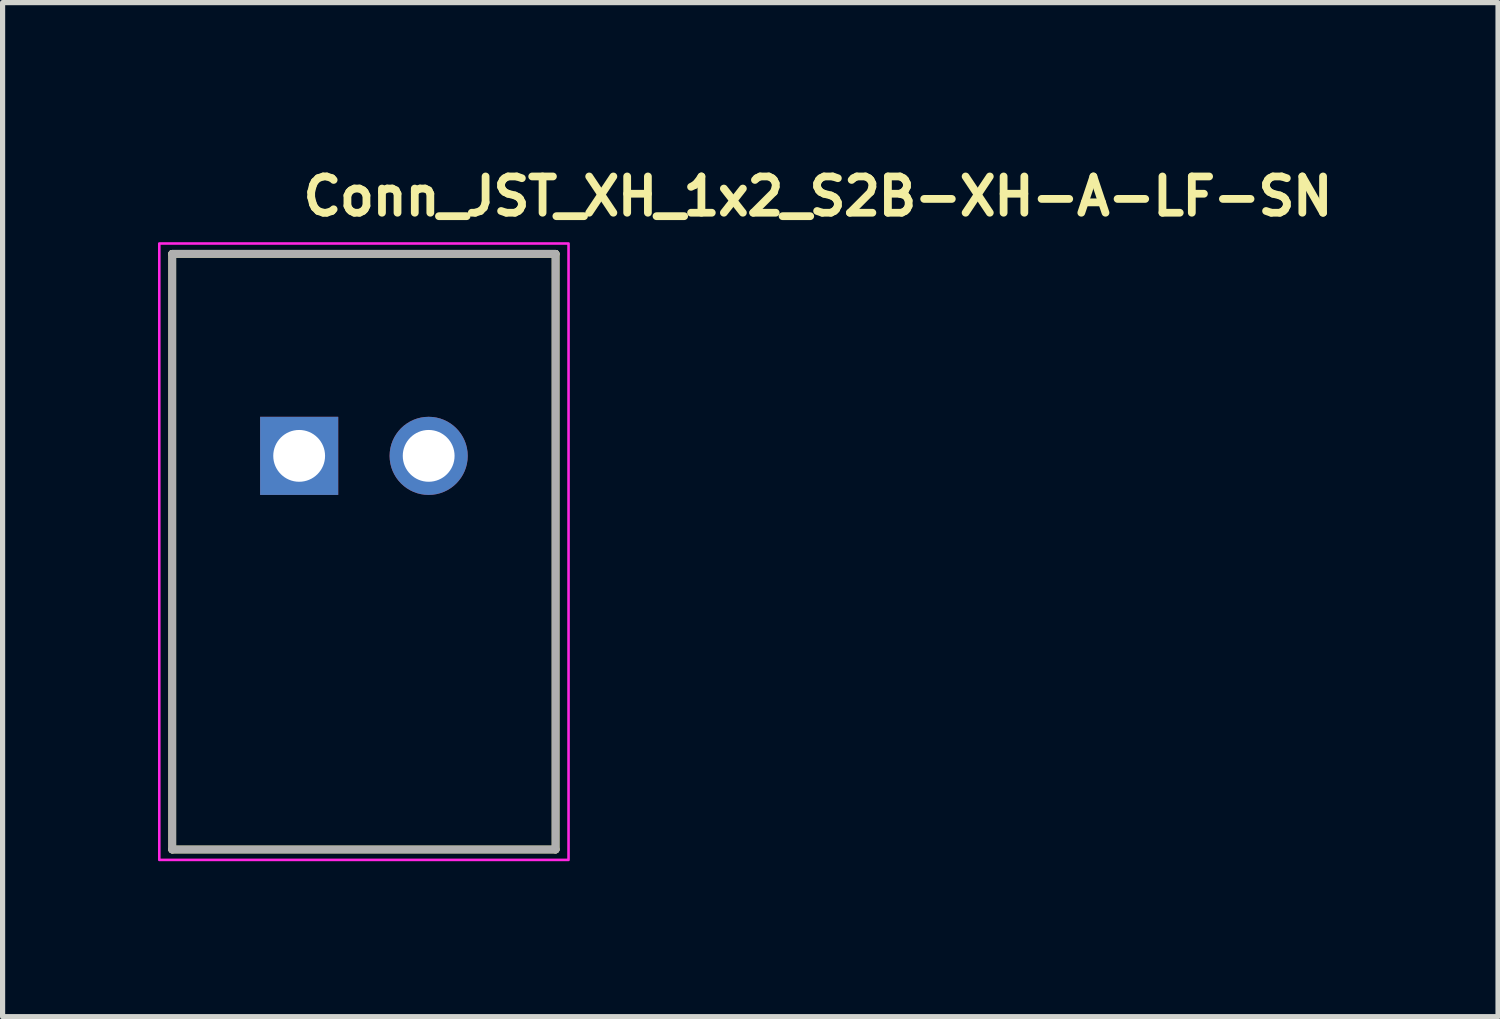
<source format=kicad_pcb>
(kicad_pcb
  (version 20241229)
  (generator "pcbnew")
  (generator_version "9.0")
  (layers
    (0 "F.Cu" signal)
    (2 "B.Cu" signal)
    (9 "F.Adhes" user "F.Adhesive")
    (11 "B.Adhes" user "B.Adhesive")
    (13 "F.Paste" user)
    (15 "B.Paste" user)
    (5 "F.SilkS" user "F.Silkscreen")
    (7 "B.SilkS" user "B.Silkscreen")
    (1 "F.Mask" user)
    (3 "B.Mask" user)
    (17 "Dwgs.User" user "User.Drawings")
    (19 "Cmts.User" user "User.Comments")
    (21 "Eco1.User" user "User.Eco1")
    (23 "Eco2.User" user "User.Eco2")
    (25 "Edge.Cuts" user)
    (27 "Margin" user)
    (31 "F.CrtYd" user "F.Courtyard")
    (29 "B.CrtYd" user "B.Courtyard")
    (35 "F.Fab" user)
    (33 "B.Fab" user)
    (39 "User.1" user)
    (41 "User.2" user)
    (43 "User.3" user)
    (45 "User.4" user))
  (footprint "Conn_JST_XH_1x2_S2B-XH-A-LF-SN"
    (layer "F.Cu")
    (at 2.725 5.75)
    (property "Reference" "Conn_JST_XH_1x2_S2B-XH-A-LF-SN" (at 0 -4.6 0) (layer "F.SilkS") (effects (font (size 0.7 0.7) (thickness 0.15)) (justify left bottom)))
    (attr through_hole)
    (fp_line (start -2.45 -3.9) (end 4.95 -3.9) (stroke (width 0.15) (type solid)) (layer "F.SilkS"))
    (fp_line (start -2.45 7.599) (end -2.45 -3.9) (stroke (width 0.15) (type solid)) (layer "F.SilkS"))
    (fp_line (start 4.95 -3.9) (end 4.95 7.599) (stroke (width 0.15) (type solid)) (layer "F.SilkS"))
    (fp_line (start 4.95 7.599) (end -2.45 7.599) (stroke (width 0.15) (type solid)) (layer "F.SilkS"))
    (fp_rect (start -2.7 -4.1) (end 5.2 7.8) (stroke (width 0.05) (type solid)) (fill no) (layer "F.CrtYd"))
    (fp_line (start -2.45 -3.9) (end 4.95 -3.9) (stroke (width 0.15) (type solid)) (layer "F.Fab"))
    (fp_line (start -2.45 7.599) (end -2.45 -3.9) (stroke (width 0.15) (type solid)) (layer "F.Fab"))
    (fp_line (start 4.95 -3.9) (end 4.95 7.599) (stroke (width 0.15) (type solid)) (layer "F.Fab"))
    (fp_line (start 4.95 7.599) (end -2.45 7.599) (stroke (width 0.15) (type solid)) (layer "F.Fab"))
    (fp_rect (start -2.47 -3.9) (end 4.93 7.599) (stroke (width 0.1) (type solid)) (fill no) (layer "User.5"))
    (fp_line (start -2.47 0.6) (end -2.47 -3.9) (stroke (width 0.02) (type solid)) (layer "User.9"))
    (fp_line (start -2.47 7.599) (end -2.47 0.6) (stroke (width 0.02) (type solid)) (layer "User.9"))
    (fp_line (start -1.57 -3.9) (end -2.47 -3.9) (stroke (width 0.02) (type solid)) (layer "User.9"))
    (fp_line (start -1.57 -3.9) (end -1.57 0.6) (stroke (width 0.02) (type solid)) (layer "User.9"))
    (fp_line (start -0.77 0.6) (end -2.47 0.6) (stroke (width 0.02) (type solid)) (layer "User.9"))
    (fp_line (start -0.77 1.6) (end -0.77 0.6) (stroke (width 0.02) (type solid)) (layer "User.9"))
    (fp_line (start -0.58 -0.1) (end -0.58 0.1) (stroke (width 0.02) (type solid)) (layer "User.9"))
    (fp_line (start -0.58 0.1) (end -0.521 0.117) (stroke (width 0.02) (type solid)) (layer "User.9"))
    (fp_line (start -0.521 -0.117) (end -0.58 -0.1) (stroke (width 0.02) (type solid)) (layer "User.9"))
    (fp_line (start -0.521 -0.117) (end -0.521 -0.117) (stroke (width 0.02) (type solid)) (layer "User.9"))
    (fp_line (start -0.521 0.117) (end -0.521 0.117) (stroke (width 0.02) (type solid)) (layer "User.9"))
    (fp_line (start -0.521 0.117) (end -0.38 0.159) (stroke (width 0.02) (type solid)) (layer "User.9"))
    (fp_line (start -0.52 4.6) (end -0.52 6.668) (stroke (width 0.02) (type solid)) (layer "User.9"))
    (fp_line (start -0.52 6.668) (end -0.519 6.675) (stroke (width 0.02) (type solid)) (layer "User.9"))
    (fp_line (start -0.52 7.13) (end -0.52 7.599) (stroke (width 0.02) (type solid)) (layer "User.9"))
    (fp_line (start -0.52 7.599) (end -2.47 7.599) (stroke (width 0.02) (type solid)) (layer "User.9"))
    (fp_line (start -0.52 7.599) (end 2.98 7.599) (stroke (width 0.02) (type solid)) (layer "User.9"))
    (fp_line (start -0.519 4.565) (end -0.52 4.6) (stroke (width 0.02) (type solid)) (layer "User.9"))
    (fp_line (start -0.519 6.675) (end -0.519 6.682) (stroke (width 0.02) (type solid)) (layer "User.9"))
    (fp_line (start -0.519 6.682) (end -0.518 6.688) (stroke (width 0.02) (type solid)) (layer "User.9"))
    (fp_line (start -0.519 7.117) (end -0.519 7.12) (stroke (width 0.02) (type solid)) (layer "User.9"))
    (fp_line (start -0.519 7.12) (end -0.519 7.123) (stroke (width 0.02) (type solid)) (layer "User.9"))
    (fp_line (start -0.519 7.123) (end -0.519 7.127) (stroke (width 0.02) (type solid)) (layer "User.9"))
    (fp_line (start -0.519 7.127) (end -0.52 7.13) (stroke (width 0.02) (type solid)) (layer "User.9"))
    (fp_line (start -0.518 6.688) (end -0.516 6.695) (stroke (width 0.02) (type solid)) (layer "User.9"))
    (fp_line (start -0.518 7.111) (end -0.518 7.114) (stroke (width 0.02) (type solid)) (layer "User.9"))
    (fp_line (start -0.518 7.114) (end -0.519 7.117) (stroke (width 0.02) (type solid)) (layer "User.9"))
    (fp_line (start -0.517 7.107) (end -0.518 7.111) (stroke (width 0.02) (type solid)) (layer "User.9"))
    (fp_line (start -0.516 4.53) (end -0.519 4.565) (stroke (width 0.02) (type solid)) (layer "User.9"))
    (fp_line (start -0.516 6.695) (end -0.514 6.7) (stroke (width 0.02) (type solid)) (layer "User.9"))
    (fp_line (start -0.516 7.104) (end -0.517 7.107) (stroke (width 0.02) (type solid)) (layer "User.9"))
    (fp_line (start -0.515 7.101) (end -0.516 7.104) (stroke (width 0.02) (type solid)) (layer "User.9"))
    (fp_line (start -0.514 6.7) (end -0.512 6.707) (stroke (width 0.02) (type solid)) (layer "User.9"))
    (fp_line (start -0.514 7.098) (end -0.515 7.101) (stroke (width 0.02) (type solid)) (layer "User.9"))
    (fp_line (start -0.513 7.095) (end -0.514 7.098) (stroke (width 0.02) (type solid)) (layer "User.9"))
    (fp_line (start -0.512 4.496) (end -0.516 4.53) (stroke (width 0.02) (type solid)) (layer "User.9"))
    (fp_line (start -0.512 6.707) (end -0.509 6.713) (stroke (width 0.02) (type solid)) (layer "User.9"))
    (fp_line (start -0.512 7.091) (end -0.513 7.095) (stroke (width 0.02) (type solid)) (layer "User.9"))
    (fp_line (start -0.511 7.089) (end -0.512 7.091) (stroke (width 0.02) (type solid)) (layer "User.9"))
    (fp_line (start -0.509 6.713) (end -0.506 6.719) (stroke (width 0.02) (type solid)) (layer "User.9"))
    (fp_line (start -0.509 7.086) (end -0.511 7.089) (stroke (width 0.02) (type solid)) (layer "User.9"))
    (fp_line (start -0.508 7.083) (end -0.509 7.086) (stroke (width 0.02) (type solid)) (layer "User.9"))
    (fp_line (start -0.506 4.462) (end -0.512 4.496) (stroke (width 0.02) (type solid)) (layer "User.9"))
    (fp_line (start -0.506 6.719) (end -0.503 6.724) (stroke (width 0.02) (type solid)) (layer "User.9"))
    (fp_line (start -0.506 7.08) (end -0.508 7.083) (stroke (width 0.02) (type solid)) (layer "User.9"))
    (fp_line (start -0.504 7.078) (end -0.506 7.08) (stroke (width 0.02) (type solid)) (layer "User.9"))
    (fp_line (start -0.503 6.724) (end -0.499 6.729) (stroke (width 0.02) (type solid)) (layer "User.9"))
    (fp_line (start -0.503 7.075) (end -0.504 7.078) (stroke (width 0.02) (type solid)) (layer "User.9"))
    (fp_line (start -0.501 7.072) (end -0.503 7.075) (stroke (width 0.02) (type solid)) (layer "User.9"))
    (fp_line (start -0.499 6.729) (end -0.495 6.734) (stroke (width 0.02) (type solid)) (layer "User.9"))
    (fp_line (start -0.499 7.07) (end -0.501 7.072) (stroke (width 0.02) (type solid)) (layer "User.9"))
    (fp_line (start -0.498 4.429) (end -0.506 4.462) (stroke (width 0.02) (type solid)) (layer "User.9"))
    (fp_line (start -0.497 7.067) (end -0.499 7.07) (stroke (width 0.02) (type solid)) (layer "User.9"))
    (fp_line (start -0.495 6.734) (end -0.49 6.739) (stroke (width 0.02) (type solid)) (layer "User.9"))
    (fp_line (start -0.495 7.065) (end -0.497 7.067) (stroke (width 0.02) (type solid)) (layer "User.9"))
    (fp_line (start -0.493 7.062) (end -0.495 7.065) (stroke (width 0.02) (type solid)) (layer "User.9"))
    (fp_line (start -0.49 6.739) (end -0.486 6.744) (stroke (width 0.02) (type solid)) (layer "User.9"))
    (fp_line (start -0.49 7.059) (end -0.493 7.062) (stroke (width 0.02) (type solid)) (layer "User.9"))
    (fp_line (start -0.489 4.396) (end -0.498 4.429) (stroke (width 0.02) (type solid)) (layer "User.9"))
    (fp_line (start -0.488 7.058) (end -0.49 7.059) (stroke (width 0.02) (type solid)) (layer "User.9"))
    (fp_line (start -0.486 6.744) (end -0.481 6.748) (stroke (width 0.02) (type solid)) (layer "User.9"))
    (fp_line (start -0.486 7.055) (end -0.488 7.058) (stroke (width 0.02) (type solid)) (layer "User.9"))
    (fp_line (start -0.483 7.053) (end -0.486 7.055) (stroke (width 0.02) (type solid)) (layer "User.9"))
    (fp_line (start -0.481 6.748) (end -0.474 6.752) (stroke (width 0.02) (type solid)) (layer "User.9"))
    (fp_line (start -0.481 7.051) (end -0.483 7.053) (stroke (width 0.02) (type solid)) (layer "User.9"))
    (fp_line (start -0.478 4.363) (end -0.489 4.396) (stroke (width 0.02) (type solid)) (layer "User.9"))
    (fp_line (start -0.477 7.049) (end -0.481 7.051) (stroke (width 0.02) (type solid)) (layer "User.9"))
    (fp_line (start -0.474 6.752) (end -0.469 6.755) (stroke (width 0.02) (type solid)) (layer "User.9"))
    (fp_line (start -0.474 7.047) (end -0.477 7.049) (stroke (width 0.02) (type solid)) (layer "User.9"))
    (fp_line (start -0.471 7.046) (end -0.474 7.047) (stroke (width 0.02) (type solid)) (layer "User.9"))
    (fp_line (start -0.468 6.755) (end -0.37 6.813) (stroke (width 0.02) (type solid)) (layer "User.9"))
    (fp_line (start -0.468 7.043) (end -0.471 7.046) (stroke (width 0.02) (type solid)) (layer "User.9"))
    (fp_line (start -0.466 4.332) (end -0.478 4.363) (stroke (width 0.02) (type solid)) (layer "User.9"))
    (fp_line (start -0.452 4.3) (end -0.466 4.332) (stroke (width 0.02) (type solid)) (layer "User.9"))
    (fp_line (start -0.437 4.269) (end -0.452 4.3) (stroke (width 0.02) (type solid)) (layer "User.9"))
    (fp_line (start -0.42 4.24) (end -0.437 4.269) (stroke (width 0.02) (type solid)) (layer "User.9"))
    (fp_line (start -0.402 4.211) (end -0.42 4.24) (stroke (width 0.02) (type solid)) (layer "User.9"))
    (fp_line (start -0.382 4.183) (end -0.402 4.211) (stroke (width 0.02) (type solid)) (layer "User.9"))
    (fp_line (start -0.38 -0.159) (end -0.521 -0.117) (stroke (width 0.02) (type solid)) (layer "User.9"))
    (fp_line (start -0.38 0.159) (end -0.34 0.171) (stroke (width 0.02) (type solid)) (layer "User.9"))
    (fp_line (start -0.37 6.813) (end -0.367 6.815) (stroke (width 0.02) (type solid)) (layer "User.9"))
    (fp_line (start -0.37 6.986) (end -0.468 7.043) (stroke (width 0.02) (type solid)) (layer "User.9"))
    (fp_line (start -0.367 6.815) (end -0.364 6.816) (stroke (width 0.02) (type solid)) (layer "User.9"))
    (fp_line (start -0.364 6.816) (end -0.361 6.817) (stroke (width 0.02) (type solid)) (layer "User.9"))
    (fp_line (start -0.364 6.982) (end -0.37 6.986) (stroke (width 0.02) (type solid)) (layer "User.9"))
    (fp_line (start -0.361 4.156) (end -0.382 4.183) (stroke (width 0.02) (type solid)) (layer "User.9"))
    (fp_line (start -0.361 6.817) (end -0.358 6.82) (stroke (width 0.02) (type solid)) (layer "User.9"))
    (fp_line (start -0.358 6.82) (end -0.356 6.822) (stroke (width 0.02) (type solid)) (layer "User.9"))
    (fp_line (start -0.358 6.979) (end -0.364 6.982) (stroke (width 0.02) (type solid)) (layer "User.9"))
    (fp_line (start -0.356 6.822) (end -0.353 6.824) (stroke (width 0.02) (type solid)) (layer "User.9"))
    (fp_line (start -0.353 6.824) (end -0.35 6.827) (stroke (width 0.02) (type solid)) (layer "User.9"))
    (fp_line (start -0.353 6.974) (end -0.358 6.979) (stroke (width 0.02) (type solid)) (layer "User.9"))
    (fp_line (start -0.35 6.827) (end -0.348 6.829) (stroke (width 0.02) (type solid)) (layer "User.9"))
    (fp_line (start -0.348 6.829) (end -0.345 6.831) (stroke (width 0.02) (type solid)) (layer "User.9"))
    (fp_line (start -0.348 6.97) (end -0.353 6.974) (stroke (width 0.02) (type solid)) (layer "User.9"))
    (fp_line (start -0.345 6.831) (end -0.343 6.833) (stroke (width 0.02) (type solid)) (layer "User.9"))
    (fp_line (start -0.343 6.833) (end -0.342 6.836) (stroke (width 0.02) (type solid)) (layer "User.9"))
    (fp_line (start -0.343 6.965) (end -0.348 6.97) (stroke (width 0.02) (type solid)) (layer "User.9"))
    (fp_line (start -0.342 6.836) (end -0.34 6.839) (stroke (width 0.02) (type solid)) (layer "User.9"))
    (fp_line (start -0.34 -0.32) (end -0.34 -0.314) (stroke (width 0.02) (type solid)) (layer "User.9"))
    (fp_line (start -0.34 -0.314) (end -0.34 -0.314) (stroke (width 0.02) (type solid)) (layer "User.9"))
    (fp_line (start -0.34 -0.314) (end -0.34 -0.297) (stroke (width 0.02) (type solid)) (layer "User.9"))
    (fp_line (start -0.34 -0.297) (end -0.34 -0.297) (stroke (width 0.02) (type solid)) (layer "User.9"))
    (fp_line (start -0.34 -0.297) (end -0.34 -0.27) (stroke (width 0.02) (type solid)) (layer "User.9"))
    (fp_line (start -0.34 -0.27) (end -0.34 -0.27) (stroke (width 0.02) (type solid)) (layer "User.9"))
    (fp_line (start -0.34 -0.27) (end -0.34 -0.231) (stroke (width 0.02) (type solid)) (layer "User.9"))
    (fp_line (start -0.34 -0.231) (end -0.34 -0.231) (stroke (width 0.02) (type solid)) (layer "User.9"))
    (fp_line (start -0.34 -0.231) (end -0.34 -0.183) (stroke (width 0.02) (type solid)) (layer "User.9"))
    (fp_line (start -0.34 -0.183) (end -0.34 -0.183) (stroke (width 0.02) (type solid)) (layer "User.9"))
    (fp_line (start -0.34 -0.183) (end -0.34 -0.125) (stroke (width 0.02) (type solid)) (layer "User.9"))
    (fp_line (start -0.34 -0.171) (end -0.38 -0.159) (stroke (width 0.02) (type solid)) (layer "User.9"))
    (fp_line (start -0.34 -0.125) (end -0.34 -0.125) (stroke (width 0.02) (type solid)) (layer "User.9"))
    (fp_line (start -0.34 -0.125) (end -0.34 -0.058) (stroke (width 0.02) (type solid)) (layer "User.9"))
    (fp_line (start -0.34 -0.058) (end -0.34 -0.058) (stroke (width 0.02) (type solid)) (layer "User.9"))
    (fp_line (start -0.34 -0.058) (end -0.34 0.568) (stroke (width 0.02) (type solid)) (layer "User.9"))
    (fp_line (start -0.34 1.6) (end -0.34 0.568) (stroke (width 0.02) (type solid)) (layer "User.9"))
    (fp_line (start -0.34 6.839) (end -0.338 6.841) (stroke (width 0.02) (type solid)) (layer "User.9"))
    (fp_line (start -0.34 6.84) (end -0.34 4.131) (stroke (width 0.02) (type solid)) (layer "User.9"))
    (fp_line (start -0.34 6.96) (end -0.343 6.965) (stroke (width 0.02) (type solid)) (layer "User.9"))
    (fp_line (start -0.34 7) (end -0.34 6.96) (stroke (width 0.02) (type solid)) (layer "User.9"))
    (fp_line (start -0.338 4.13) (end -0.361 4.156) (stroke (width 0.02) (type solid)) (layer "User.9"))
    (fp_line (start -0.338 6.841) (end -0.336 6.844) (stroke (width 0.02) (type solid)) (layer "User.9"))
    (fp_line (start -0.336 6.844) (end -0.335 6.847) (stroke (width 0.02) (type solid)) (layer "User.9"))
    (fp_line (start -0.336 6.955) (end -0.34 6.96) (stroke (width 0.02) (type solid)) (layer "User.9"))
    (fp_line (start -0.335 6.847) (end -0.333 6.849) (stroke (width 0.02) (type solid)) (layer "User.9"))
    (fp_line (start -0.333 6.849) (end -0.331 6.852) (stroke (width 0.02) (type solid)) (layer "User.9"))
    (fp_line (start -0.333 6.949) (end -0.336 6.955) (stroke (width 0.02) (type solid)) (layer "User.9"))
    (fp_line (start -0.331 6.852) (end -0.33 6.855) (stroke (width 0.02) (type solid)) (layer "User.9"))
    (fp_line (start -0.33 6.855) (end -0.328 6.857) (stroke (width 0.02) (type solid)) (layer "User.9"))
    (fp_line (start -0.33 6.944) (end -0.333 6.949) (stroke (width 0.02) (type solid)) (layer "User.9"))
    (fp_line (start -0.328 6.857) (end -0.327 6.861) (stroke (width 0.02) (type solid)) (layer "User.9"))
    (fp_line (start -0.327 6.861) (end -0.326 6.864) (stroke (width 0.02) (type solid)) (layer "User.9"))
    (fp_line (start -0.327 6.938) (end -0.33 6.944) (stroke (width 0.02) (type solid)) (layer "User.9"))
    (fp_line (start -0.326 6.864) (end -0.325 6.867) (stroke (width 0.02) (type solid)) (layer "User.9"))
    (fp_line (start -0.325 6.867) (end -0.324 6.87) (stroke (width 0.02) (type solid)) (layer "User.9"))
    (fp_line (start -0.325 6.932) (end -0.327 6.938) (stroke (width 0.02) (type solid)) (layer "User.9"))
    (fp_line (start -0.324 6.87) (end -0.323 6.873) (stroke (width 0.02) (type solid)) (layer "User.9"))
    (fp_line (start -0.323 6.873) (end -0.322 6.877) (stroke (width 0.02) (type solid)) (layer "User.9"))
    (fp_line (start -0.323 6.926) (end -0.325 6.932) (stroke (width 0.02) (type solid)) (layer "User.9"))
    (fp_line (start -0.322 6.877) (end -0.321 6.88) (stroke (width 0.02) (type solid)) (layer "User.9"))
    (fp_line (start -0.321 6.88) (end -0.321 6.883) (stroke (width 0.02) (type solid)) (layer "User.9"))
    (fp_line (start -0.321 6.883) (end -0.32 6.886) (stroke (width 0.02) (type solid)) (layer "User.9"))
    (fp_line (start -0.321 6.918) (end -0.323 6.926) (stroke (width 0.02) (type solid)) (layer "User.9"))
    (fp_line (start -0.32 6.886) (end -0.32 6.889) (stroke (width 0.02) (type solid)) (layer "User.9"))
    (fp_line (start -0.32 6.889) (end -0.32 6.893) (stroke (width 0.02) (type solid)) (layer "User.9"))
    (fp_line (start -0.32 6.893) (end -0.32 6.896) (stroke (width 0.02) (type solid)) (layer "User.9"))
    (fp_line (start -0.32 6.896) (end -0.32 6.9) (stroke (width 0.02) (type solid)) (layer "User.9"))
    (fp_line (start -0.32 6.9) (end -0.32 6.9) (stroke (width 0.02) (type solid)) (layer "User.9"))
    (fp_line (start -0.32 6.9) (end -0.32 6.906) (stroke (width 0.02) (type solid)) (layer "User.9"))
    (fp_line (start -0.32 6.906) (end -0.32 6.913) (stroke (width 0.02) (type solid)) (layer "User.9"))
    (fp_line (start -0.32 6.913) (end -0.321 6.918) (stroke (width 0.02) (type solid)) (layer "User.9"))
    (fp_line (start -0.314 4.105) (end -0.338 4.13) (stroke (width 0.02) (type solid)) (layer "User.9"))
    (fp_line (start -0.314 4.105) (end -0.314 4.105) (stroke (width 0.02) (type solid)) (layer "User.9"))
    (fp_line (start -0.289 4.081) (end -0.314 4.105) (stroke (width 0.02) (type solid)) (layer "User.9"))
    (fp_line (start -0.263 4.057) (end -0.289 4.081) (stroke (width 0.02) (type solid)) (layer "User.9"))
    (fp_line (start -0.235 4.037) (end -0.263 4.057) (stroke (width 0.02) (type solid)) (layer "User.9"))
    (fp_line (start -0.208 4.017) (end -0.235 4.037) (stroke (width 0.02) (type solid)) (layer "User.9"))
    (fp_line (start -0.194 7.4) (end -0.34 7) (stroke (width 0.02) (type solid)) (layer "User.9"))
    (fp_line (start -0.179 3.999) (end -0.208 4.017) (stroke (width 0.02) (type solid)) (layer "User.9"))
    (fp_line (start -0.149 3.982) (end -0.179 3.999) (stroke (width 0.02) (type solid)) (layer "User.9"))
    (fp_line (start -0.118 3.967) (end -0.149 3.982) (stroke (width 0.02) (type solid)) (layer "User.9"))
    (fp_line (start -0.086 3.952) (end -0.118 3.967) (stroke (width 0.02) (type solid)) (layer "User.9"))
    (fp_line (start -0.056 3.94) (end -0.086 3.952) (stroke (width 0.02) (type solid)) (layer "User.9"))
    (fp_line (start -0.023 3.93) (end -0.056 3.94) (stroke (width 0.02) (type solid)) (layer "User.9"))
    (fp_line (start 0.009 3.92) (end -0.023 3.93) (stroke (width 0.02) (type solid)) (layer "User.9"))
    (fp_line (start 0.042 3.912) (end 0.009 3.92) (stroke (width 0.02) (type solid)) (layer "User.9"))
    (fp_line (start 0.076 3.907) (end 0.042 3.912) (stroke (width 0.02) (type solid)) (layer "User.9"))
    (fp_line (start 0.11 3.903) (end 0.076 3.907) (stroke (width 0.02) (type solid)) (layer "User.9"))
    (fp_line (start 0.145 3.9) (end 0.11 3.903) (stroke (width 0.02) (type solid)) (layer "User.9"))
    (fp_line (start 0.154 7.4) (end -0.194 7.4) (stroke (width 0.02) (type solid)) (layer "User.9"))
    (fp_line (start 0.154 7.4) (end 0.3 7) (stroke (width 0.02) (type solid)) (layer "User.9"))
    (fp_line (start 0.18 3.9) (end 0.145 3.9) (stroke (width 0.02) (type solid)) (layer "User.9"))
    (fp_line (start 0.3 -0.32) (end -0.34 -0.32) (stroke (width 0.02) (type solid)) (layer "User.9"))
    (fp_line (start 0.3 -0.314) (end 0.3 -0.32) (stroke (width 0.02) (type solid)) (layer "User.9"))
    (fp_line (start 0.3 -0.314) (end 0.3 -0.314) (stroke (width 0.02) (type solid)) (layer "User.9"))
    (fp_line (start 0.3 -0.297) (end 0.3 -0.314) (stroke (width 0.02) (type solid)) (layer "User.9"))
    (fp_line (start 0.3 -0.297) (end 0.3 -0.297) (stroke (width 0.02) (type solid)) (layer "User.9"))
    (fp_line (start 0.3 -0.27) (end 0.3 -0.297) (stroke (width 0.02) (type solid)) (layer "User.9"))
    (fp_line (start 0.3 -0.27) (end 0.3 -0.27) (stroke (width 0.02) (type solid)) (layer "User.9"))
    (fp_line (start 0.3 -0.231) (end 0.3 -0.27) (stroke (width 0.02) (type solid)) (layer "User.9"))
    (fp_line (start 0.3 -0.231) (end 0.3 -0.231) (stroke (width 0.02) (type solid)) (layer "User.9"))
    (fp_line (start 0.3 -0.183) (end 0.3 -0.231) (stroke (width 0.02) (type solid)) (layer "User.9"))
    (fp_line (start 0.3 -0.183) (end 0.3 -0.183) (stroke (width 0.02) (type solid)) (layer "User.9"))
    (fp_line (start 0.3 -0.125) (end 0.3 -0.183) (stroke (width 0.02) (type solid)) (layer "User.9"))
    (fp_line (start 0.3 -0.125) (end 0.3 -0.125) (stroke (width 0.02) (type solid)) (layer "User.9"))
    (fp_line (start 0.3 -0.058) (end 0.3 -0.125) (stroke (width 0.02) (type solid)) (layer "User.9"))
    (fp_line (start 0.3 -0.058) (end 0.3 -0.058) (stroke (width 0.02) (type solid)) (layer "User.9"))
    (fp_line (start 0.3 0.568) (end 0.3 -0.058) (stroke (width 0.02) (type solid)) (layer "User.9"))
    (fp_line (start 0.3 1.6) (end 0.3 0.568) (stroke (width 0.02) (type solid)) (layer "User.9"))
    (fp_line (start 0.3 7) (end -0.34 7) (stroke (width 0.02) (type solid)) (layer "User.9"))
    (fp_line (start 0.3 7) (end 0.3 3.9) (stroke (width 0.02) (type solid)) (layer "User.9"))
    (fp_line (start 0.73 0.6) (end 0.73 1.6) (stroke (width 0.02) (type solid)) (layer "User.9"))
    (fp_line (start 0.73 1.6) (end -0.77 1.6) (stroke (width 0.02) (type solid)) (layer "User.9"))
    (fp_line (start 1.73 0.6) (end 0.73 0.6) (stroke (width 0.02) (type solid)) (layer "User.9"))
    (fp_line (start 1.73 1.6) (end 1.73 0.6) (stroke (width 0.02) (type solid)) (layer "User.9"))
    (fp_line (start 2.16 -0.32) (end 2.16 -0.314) (stroke (width 0.02) (type solid)) (layer "User.9"))
    (fp_line (start 2.16 -0.314) (end 2.16 -0.314) (stroke (width 0.02) (type solid)) (layer "User.9"))
    (fp_line (start 2.16 -0.314) (end 2.16 -0.297) (stroke (width 0.02) (type solid)) (layer "User.9"))
    (fp_line (start 2.16 -0.297) (end 2.16 -0.297) (stroke (width 0.02) (type solid)) (layer "User.9"))
    (fp_line (start 2.16 -0.297) (end 2.16 -0.27) (stroke (width 0.02) (type solid)) (layer "User.9"))
    (fp_line (start 2.16 -0.27) (end 2.16 -0.27) (stroke (width 0.02) (type solid)) (layer "User.9"))
    (fp_line (start 2.16 -0.27) (end 2.16 -0.231) (stroke (width 0.02) (type solid)) (layer "User.9"))
    (fp_line (start 2.16 -0.231) (end 2.16 -0.231) (stroke (width 0.02) (type solid)) (layer "User.9"))
    (fp_line (start 2.16 -0.231) (end 2.16 -0.183) (stroke (width 0.02) (type solid)) (layer "User.9"))
    (fp_line (start 2.16 -0.183) (end 2.16 -0.183) (stroke (width 0.02) (type solid)) (layer "User.9"))
    (fp_line (start 2.16 -0.183) (end 2.16 -0.125) (stroke (width 0.02) (type solid)) (layer "User.9"))
    (fp_line (start 2.16 -0.125) (end 2.16 -0.125) (stroke (width 0.02) (type solid)) (layer "User.9"))
    (fp_line (start 2.16 -0.125) (end 2.16 -0.058) (stroke (width 0.02) (type solid)) (layer "User.9"))
    (fp_line (start 2.16 -0.058) (end 2.16 -0.058) (stroke (width 0.02) (type solid)) (layer "User.9"))
    (fp_line (start 2.16 -0.058) (end 2.16 0.568) (stroke (width 0.02) (type solid)) (layer "User.9"))
    (fp_line (start 2.16 0.568) (end 2.16 1.6) (stroke (width 0.02) (type solid)) (layer "User.9"))
    (fp_line (start 2.16 3.9) (end 2.16 7) (stroke (width 0.02) (type solid)) (layer "User.9"))
    (fp_line (start 2.16 7) (end 2.305 7.4) (stroke (width 0.02) (type solid)) (layer "User.9"))
    (fp_line (start 2.279 3.9) (end 0.18 3.9) (stroke (width 0.02) (type solid)) (layer "User.9"))
    (fp_line (start 2.305 7.4) (end 2.654 7.4) (stroke (width 0.02) (type solid)) (layer "User.9"))
    (fp_line (start 2.314 3.9) (end 2.279 3.9) (stroke (width 0.02) (type solid)) (layer "User.9"))
    (fp_line (start 2.349 3.903) (end 2.314 3.9) (stroke (width 0.02) (type solid)) (layer "User.9"))
    (fp_line (start 2.383 3.907) (end 2.349 3.903) (stroke (width 0.02) (type solid)) (layer "User.9"))
    (fp_line (start 2.416 3.912) (end 2.383 3.907) (stroke (width 0.02) (type solid)) (layer "User.9"))
    (fp_line (start 2.45 3.92) (end 2.416 3.912) (stroke (width 0.02) (type solid)) (layer "User.9"))
    (fp_line (start 2.483 3.93) (end 2.45 3.92) (stroke (width 0.02) (type solid)) (layer "User.9"))
    (fp_line (start 2.516 3.94) (end 2.483 3.93) (stroke (width 0.02) (type solid)) (layer "User.9"))
    (fp_line (start 2.547 3.952) (end 2.516 3.94) (stroke (width 0.02) (type solid)) (layer "User.9"))
    (fp_line (start 2.579 3.967) (end 2.547 3.952) (stroke (width 0.02) (type solid)) (layer "User.9"))
    (fp_line (start 2.609 3.982) (end 2.579 3.967) (stroke (width 0.02) (type solid)) (layer "User.9"))
    (fp_line (start 2.638 3.999) (end 2.609 3.982) (stroke (width 0.02) (type solid)) (layer "User.9"))
    (fp_line (start 2.668 4.017) (end 2.638 3.999) (stroke (width 0.02) (type solid)) (layer "User.9"))
    (fp_line (start 2.696 4.037) (end 2.668 4.017) (stroke (width 0.02) (type solid)) (layer "User.9"))
    (fp_line (start 2.723 4.057) (end 2.696 4.037) (stroke (width 0.02) (type solid)) (layer "User.9"))
    (fp_line (start 2.749 4.081) (end 2.723 4.057) (stroke (width 0.02) (type solid)) (layer "User.9"))
    (fp_line (start 2.774 4.105) (end 2.749 4.081) (stroke (width 0.02) (type solid)) (layer "User.9"))
    (fp_line (start 2.774 4.105) (end 2.774 4.105) (stroke (width 0.02) (type solid)) (layer "User.9"))
    (fp_line (start 2.779 6.886) (end 2.781 6.88) (stroke (width 0.02) (type solid)) (layer "User.9"))
    (fp_line (start 2.779 6.893) (end 2.779 6.886) (stroke (width 0.02) (type solid)) (layer "User.9"))
    (fp_line (start 2.779 6.9) (end 2.779 6.893) (stroke (width 0.02) (type solid)) (layer "User.9"))
    (fp_line (start 2.779 6.9) (end 2.779 6.9) (stroke (width 0.02) (type solid)) (layer "User.9"))
    (fp_line (start 2.779 6.902) (end 2.779 6.9) (stroke (width 0.02) (type solid)) (layer "User.9"))
    (fp_line (start 2.779 6.906) (end 2.779 6.902) (stroke (width 0.02) (type solid)) (layer "User.9"))
    (fp_line (start 2.779 6.909) (end 2.779 6.906) (stroke (width 0.02) (type solid)) (layer "User.9"))
    (fp_line (start 2.779 6.913) (end 2.779 6.909) (stroke (width 0.02) (type solid)) (layer "User.9"))
    (fp_line (start 2.781 6.88) (end 2.783 6.873) (stroke (width 0.02) (type solid)) (layer "User.9"))
    (fp_line (start 2.781 6.916) (end 2.779 6.913) (stroke (width 0.02) (type solid)) (layer "User.9"))
    (fp_line (start 2.781 6.918) (end 2.781 6.916) (stroke (width 0.02) (type solid)) (layer "User.9"))
    (fp_line (start 2.782 6.922) (end 2.781 6.918) (stroke (width 0.02) (type solid)) (layer "User.9"))
    (fp_line (start 2.783 6.873) (end 2.785 6.867) (stroke (width 0.02) (type solid)) (layer "User.9"))
    (fp_line (start 2.783 6.926) (end 2.782 6.922) (stroke (width 0.02) (type solid)) (layer "User.9"))
    (fp_line (start 2.783 6.929) (end 2.783 6.926) (stroke (width 0.02) (type solid)) (layer "User.9"))
    (fp_line (start 2.785 6.867) (end 2.787 6.861) (stroke (width 0.02) (type solid)) (layer "User.9"))
    (fp_line (start 2.785 6.932) (end 2.783 6.929) (stroke (width 0.02) (type solid)) (layer "User.9"))
    (fp_line (start 2.786 6.934) (end 2.785 6.932) (stroke (width 0.02) (type solid)) (layer "User.9"))
    (fp_line (start 2.787 6.861) (end 2.79 6.855) (stroke (width 0.02) (type solid)) (layer "User.9"))
    (fp_line (start 2.787 6.938) (end 2.786 6.934) (stroke (width 0.02) (type solid)) (layer "User.9"))
    (fp_line (start 2.787 6.941) (end 2.787 6.938) (stroke (width 0.02) (type solid)) (layer "User.9"))
    (fp_line (start 2.79 6.855) (end 2.793 6.849) (stroke (width 0.02) (type solid)) (layer "User.9"))
    (fp_line (start 2.79 6.944) (end 2.787 6.941) (stroke (width 0.02) (type solid)) (layer "User.9"))
    (fp_line (start 2.791 6.947) (end 2.79 6.944) (stroke (width 0.02) (type solid)) (layer "User.9"))
    (fp_line (start 2.793 6.849) (end 2.795 6.844) (stroke (width 0.02) (type solid)) (layer "User.9"))
    (fp_line (start 2.793 6.949) (end 2.791 6.947) (stroke (width 0.02) (type solid)) (layer "User.9"))
    (fp_line (start 2.795 6.844) (end 2.799 6.839) (stroke (width 0.02) (type solid)) (layer "User.9"))
    (fp_line (start 2.795 6.952) (end 2.793 6.949) (stroke (width 0.02) (type solid)) (layer "User.9"))
    (fp_line (start 2.795 6.955) (end 2.795 6.952) (stroke (width 0.02) (type solid)) (layer "User.9"))
    (fp_line (start 2.798 4.13) (end 2.774 4.105) (stroke (width 0.02) (type solid)) (layer "User.9"))
    (fp_line (start 2.798 6.958) (end 2.795 6.955) (stroke (width 0.02) (type solid)) (layer "User.9"))
    (fp_line (start 2.799 -0.32) (end 2.16 -0.32) (stroke (width 0.02) (type solid)) (layer "User.9"))
    (fp_line (start 2.799 -0.314) (end 2.799 -0.32) (stroke (width 0.02) (type solid)) (layer "User.9"))
    (fp_line (start 2.799 -0.314) (end 2.799 -0.314) (stroke (width 0.02) (type solid)) (layer "User.9"))
    (fp_line (start 2.799 -0.297) (end 2.799 -0.314) (stroke (width 0.02) (type solid)) (layer "User.9"))
    (fp_line (start 2.799 -0.297) (end 2.799 -0.297) (stroke (width 0.02) (type solid)) (layer "User.9"))
    (fp_line (start 2.799 -0.27) (end 2.799 -0.297) (stroke (width 0.02) (type solid)) (layer "User.9"))
    (fp_line (start 2.799 -0.27) (end 2.799 -0.27) (stroke (width 0.02) (type solid)) (layer "User.9"))
    (fp_line (start 2.799 -0.231) (end 2.799 -0.27) (stroke (width 0.02) (type solid)) (layer "User.9"))
    (fp_line (start 2.799 -0.231) (end 2.799 -0.231) (stroke (width 0.02) (type solid)) (layer "User.9"))
    (fp_line (start 2.799 -0.183) (end 2.799 -0.231) (stroke (width 0.02) (type solid)) (layer "User.9"))
    (fp_line (start 2.799 -0.183) (end 2.799 -0.183) (stroke (width 0.02) (type solid)) (layer "User.9"))
    (fp_line (start 2.799 -0.125) (end 2.799 -0.183) (stroke (width 0.02) (type solid)) (layer "User.9"))
    (fp_line (start 2.799 -0.125) (end 2.799 -0.125) (stroke (width 0.02) (type solid)) (layer "User.9"))
    (fp_line (start 2.799 -0.058) (end 2.799 -0.125) (stroke (width 0.02) (type solid)) (layer "User.9"))
    (fp_line (start 2.799 -0.058) (end 2.799 -0.058) (stroke (width 0.02) (type solid)) (layer "User.9"))
    (fp_line (start 2.799 0.171) (end 2.84 0.159) (stroke (width 0.02) (type solid)) (layer "User.9"))
    (fp_line (start 2.799 0.568) (end 2.799 -0.058) (stroke (width 0.02) (type solid)) (layer "User.9"))
    (fp_line (start 2.799 0.568) (end 2.799 1.6) (stroke (width 0.02) (type solid)) (layer "User.9"))
    (fp_line (start 2.799 4.131) (end 2.799 6.84) (stroke (width 0.02) (type solid)) (layer "User.9"))
    (fp_line (start 2.799 6.839) (end 2.803 6.833) (stroke (width 0.02) (type solid)) (layer "User.9"))
    (fp_line (start 2.799 6.96) (end 2.798 6.958) (stroke (width 0.02) (type solid)) (layer "User.9"))
    (fp_line (start 2.799 6.96) (end 2.799 7) (stroke (width 0.02) (type solid)) (layer "User.9"))
    (fp_line (start 2.799 7) (end 2.16 7) (stroke (width 0.02) (type solid)) (layer "User.9"))
    (fp_line (start 2.799 7) (end 2.654 7.4) (stroke (width 0.02) (type solid)) (layer "User.9"))
    (fp_line (start 2.802 6.963) (end 2.799 6.96) (stroke (width 0.02) (type solid)) (layer "User.9"))
    (fp_line (start 2.803 6.833) (end 2.809 6.829) (stroke (width 0.02) (type solid)) (layer "User.9"))
    (fp_line (start 2.803 6.965) (end 2.802 6.963) (stroke (width 0.02) (type solid)) (layer "User.9"))
    (fp_line (start 2.806 6.968) (end 2.803 6.965) (stroke (width 0.02) (type solid)) (layer "User.9"))
    (fp_line (start 2.809 6.829) (end 2.813 6.824) (stroke (width 0.02) (type solid)) (layer "User.9"))
    (fp_line (start 2.809 6.97) (end 2.806 6.968) (stroke (width 0.02) (type solid)) (layer "User.9"))
    (fp_line (start 2.811 6.972) (end 2.809 6.97) (stroke (width 0.02) (type solid)) (layer "User.9"))
    (fp_line (start 2.813 6.824) (end 2.818 6.82) (stroke (width 0.02) (type solid)) (layer "User.9"))
    (fp_line (start 2.813 6.974) (end 2.811 6.972) (stroke (width 0.02) (type solid)) (layer "User.9"))
    (fp_line (start 2.816 6.977) (end 2.813 6.974) (stroke (width 0.02) (type solid)) (layer "User.9"))
    (fp_line (start 2.818 6.82) (end 2.824 6.816) (stroke (width 0.02) (type solid)) (layer "User.9"))
    (fp_line (start 2.818 6.979) (end 2.816 6.977) (stroke (width 0.02) (type solid)) (layer "User.9"))
    (fp_line (start 2.821 4.156) (end 2.798 4.13) (stroke (width 0.02) (type solid)) (layer "User.9"))
    (fp_line (start 2.821 6.981) (end 2.818 6.979) (stroke (width 0.02) (type solid)) (layer "User.9"))
    (fp_line (start 2.824 6.816) (end 2.83 6.813) (stroke (width 0.02) (type solid)) (layer "User.9"))
    (fp_line (start 2.824 6.982) (end 2.821 6.981) (stroke (width 0.02) (type solid)) (layer "User.9"))
    (fp_line (start 2.827 6.984) (end 2.824 6.982) (stroke (width 0.02) (type solid)) (layer "User.9"))
    (fp_line (start 2.83 6.813) (end 2.93 6.755) (stroke (width 0.02) (type solid)) (layer "User.9"))
    (fp_line (start 2.83 6.986) (end 2.827 6.984) (stroke (width 0.02) (type solid)) (layer "User.9"))
    (fp_line (start 2.84 -0.159) (end 2.799 -0.171) (stroke (width 0.02) (type solid)) (layer "User.9"))
    (fp_line (start 2.84 0.159) (end 2.981 0.117) (stroke (width 0.02) (type solid)) (layer "User.9"))
    (fp_line (start 2.842 4.183) (end 2.821 4.156) (stroke (width 0.02) (type solid)) (layer "User.9"))
    (fp_line (start 2.862 4.211) (end 2.842 4.183) (stroke (width 0.02) (type solid)) (layer "User.9"))
    (fp_line (start 2.88 4.24) (end 2.862 4.211) (stroke (width 0.02) (type solid)) (layer "User.9"))
    (fp_line (start 2.896 4.269) (end 2.88 4.24) (stroke (width 0.02) (type solid)) (layer "User.9"))
    (fp_line (start 2.912 4.3) (end 2.896 4.269) (stroke (width 0.02) (type solid)) (layer "User.9"))
    (fp_line (start 2.926 4.332) (end 2.912 4.3) (stroke (width 0.02) (type solid)) (layer "User.9"))
    (fp_line (start 2.93 6.755) (end 2.932 6.753) (stroke (width 0.02) (type solid)) (layer "User.9"))
    (fp_line (start 2.93 7.043) (end 2.83 6.986) (stroke (width 0.02) (type solid)) (layer "User.9"))
    (fp_line (start 2.932 6.753) (end 2.935 6.752) (stroke (width 0.02) (type solid)) (layer "User.9"))
    (fp_line (start 2.935 6.752) (end 2.938 6.75) (stroke (width 0.02) (type solid)) (layer "User.9"))
    (fp_line (start 2.935 7.047) (end 2.93 7.043) (stroke (width 0.02) (type solid)) (layer "User.9"))
    (fp_line (start 2.938 6.75) (end 2.941 6.748) (stroke (width 0.02) (type solid)) (layer "User.9"))
    (fp_line (start 2.939 4.363) (end 2.926 4.332) (stroke (width 0.02) (type solid)) (layer "User.9"))
    (fp_line (start 2.941 6.748) (end 2.943 6.746) (stroke (width 0.02) (type solid)) (layer "User.9"))
    (fp_line (start 2.941 7.051) (end 2.935 7.047) (stroke (width 0.02) (type solid)) (layer "User.9"))
    (fp_line (start 2.943 6.746) (end 2.946 6.744) (stroke (width 0.02) (type solid)) (layer "User.9"))
    (fp_line (start 2.946 6.744) (end 2.948 6.74) (stroke (width 0.02) (type solid)) (layer "User.9"))
    (fp_line (start 2.946 7.055) (end 2.941 7.051) (stroke (width 0.02) (type solid)) (layer "User.9"))
    (fp_line (start 2.948 6.74) (end 2.95 6.739) (stroke (width 0.02) (type solid)) (layer "User.9"))
    (fp_line (start 2.949 4.396) (end 2.939 4.363) (stroke (width 0.02) (type solid)) (layer "User.9"))
    (fp_line (start 2.95 6.739) (end 2.953 6.737) (stroke (width 0.02) (type solid)) (layer "User.9"))
    (fp_line (start 2.95 7.059) (end 2.946 7.055) (stroke (width 0.02) (type solid)) (layer "User.9"))
    (fp_line (start 2.953 6.737) (end 2.955 6.734) (stroke (width 0.02) (type solid)) (layer "User.9"))
    (fp_line (start 2.955 6.734) (end 2.957 6.732) (stroke (width 0.02) (type solid)) (layer "User.9"))
    (fp_line (start 2.955 7.065) (end 2.95 7.059) (stroke (width 0.02) (type solid)) (layer "User.9"))
    (fp_line (start 2.957 6.732) (end 2.959 6.729) (stroke (width 0.02) (type solid)) (layer "User.9"))
    (fp_line (start 2.958 4.429) (end 2.949 4.396) (stroke (width 0.02) (type solid)) (layer "User.9"))
    (fp_line (start 2.959 6.729) (end 2.961 6.727) (stroke (width 0.02) (type solid)) (layer "User.9"))
    (fp_line (start 2.959 7.07) (end 2.955 7.065) (stroke (width 0.02) (type solid)) (layer "User.9"))
    (fp_line (start 2.961 6.727) (end 2.963 6.724) (stroke (width 0.02) (type solid)) (layer "User.9"))
    (fp_line (start 2.963 6.724) (end 2.964 6.721) (stroke (width 0.02) (type solid)) (layer "User.9"))
    (fp_line (start 2.963 7.075) (end 2.959 7.07) (stroke (width 0.02) (type solid)) (layer "User.9"))
    (fp_line (start 2.964 6.721) (end 2.966 6.719) (stroke (width 0.02) (type solid)) (layer "User.9"))
    (fp_line (start 2.966 4.462) (end 2.958 4.429) (stroke (width 0.02) (type solid)) (layer "User.9"))
    (fp_line (start 2.966 6.719) (end 2.968 6.716) (stroke (width 0.02) (type solid)) (layer "User.9"))
    (fp_line (start 2.966 7.08) (end 2.963 7.075) (stroke (width 0.02) (type solid)) (layer "User.9"))
    (fp_line (start 2.968 6.716) (end 2.969 6.713) (stroke (width 0.02) (type solid)) (layer "User.9"))
    (fp_line (start 2.969 6.713) (end 2.971 6.71) (stroke (width 0.02) (type solid)) (layer "User.9"))
    (fp_line (start 2.969 7.086) (end 2.966 7.08) (stroke (width 0.02) (type solid)) (layer "User.9"))
    (fp_line (start 2.971 6.71) (end 2.972 6.707) (stroke (width 0.02) (type solid)) (layer "User.9"))
    (fp_line (start 2.972 4.496) (end 2.966 4.462) (stroke (width 0.02) (type solid)) (layer "User.9"))
    (fp_line (start 2.972 6.707) (end 2.973 6.704) (stroke (width 0.02) (type solid)) (layer "User.9"))
    (fp_line (start 2.972 7.091) (end 2.969 7.086) (stroke (width 0.02) (type solid)) (layer "User.9"))
    (fp_line (start 2.973 6.704) (end 2.974 6.7) (stroke (width 0.02) (type solid)) (layer "User.9"))
    (fp_line (start 2.974 6.7) (end 2.975 6.698) (stroke (width 0.02) (type solid)) (layer "User.9"))
    (fp_line (start 2.974 7.098) (end 2.972 7.091) (stroke (width 0.02) (type solid)) (layer "User.9"))
    (fp_line (start 2.975 6.698) (end 2.976 6.695) (stroke (width 0.02) (type solid)) (layer "User.9"))
    (fp_line (start 2.976 4.53) (end 2.972 4.496) (stroke (width 0.02) (type solid)) (layer "User.9"))
    (fp_line (start 2.976 6.695) (end 2.977 6.691) (stroke (width 0.02) (type solid)) (layer "User.9"))
    (fp_line (start 2.976 7.104) (end 2.974 7.098) (stroke (width 0.02) (type solid)) (layer "User.9"))
    (fp_line (start 2.977 6.691) (end 2.978 6.688) (stroke (width 0.02) (type solid)) (layer "User.9"))
    (fp_line (start 2.978 6.684) (end 2.979 6.682) (stroke (width 0.02) (type solid)) (layer "User.9"))
    (fp_line (start 2.978 6.688) (end 2.978 6.684) (stroke (width 0.02) (type solid)) (layer "User.9"))
    (fp_line (start 2.978 7.111) (end 2.976 7.104) (stroke (width 0.02) (type solid)) (layer "User.9"))
    (fp_line (start 2.979 4.565) (end 2.976 4.53) (stroke (width 0.02) (type solid)) (layer "User.9"))
    (fp_line (start 2.979 6.672) (end 2.98 6.668) (stroke (width 0.02) (type solid)) (layer "User.9"))
    (fp_line (start 2.979 6.675) (end 2.979 6.672) (stroke (width 0.02) (type solid)) (layer "User.9"))
    (fp_line (start 2.979 6.679) (end 2.979 6.675) (stroke (width 0.02) (type solid)) (layer "User.9"))
    (fp_line (start 2.979 6.682) (end 2.979 6.679) (stroke (width 0.02) (type solid)) (layer "User.9"))
    (fp_line (start 2.979 7.117) (end 2.978 7.111) (stroke (width 0.02) (type solid)) (layer "User.9"))
    (fp_line (start 2.979 7.123) (end 2.979 7.117) (stroke (width 0.02) (type solid)) (layer "User.9"))
    (fp_line (start 2.98 4.6) (end 2.979 4.565) (stroke (width 0.02) (type solid)) (layer "User.9"))
    (fp_line (start 2.98 6.668) (end 2.98 4.6) (stroke (width 0.02) (type solid)) (layer "User.9"))
    (fp_line (start 2.98 7.13) (end 2.979 7.123) (stroke (width 0.02) (type solid)) (layer "User.9"))
    (fp_line (start 2.98 7.599) (end 2.98 7.13) (stroke (width 0.02) (type solid)) (layer "User.9"))
    (fp_line (start 2.981 -0.117) (end 2.84 -0.159) (stroke (width 0.02) (type solid)) (layer "User.9"))
    (fp_line (start 2.981 -0.117) (end 2.981 -0.117) (stroke (width 0.02) (type solid)) (layer "User.9"))
    (fp_line (start 2.981 0.117) (end 2.981 0.117) (stroke (width 0.02) (type solid)) (layer "User.9"))
    (fp_line (start 2.981 0.117) (end 3.04 0.1) (stroke (width 0.02) (type solid)) (layer "User.9"))
    (fp_line (start 3.04 -0.1) (end 2.981 -0.117) (stroke (width 0.02) (type solid)) (layer "User.9"))
    (fp_line (start 3.04 -0.1) (end 3.04 0.1) (stroke (width 0.02) (type solid)) (layer "User.9"))
    (fp_line (start 3.23 0.6) (end 3.23 1.6) (stroke (width 0.02) (type solid)) (layer "User.9"))
    (fp_line (start 3.23 1.6) (end 1.73 1.6) (stroke (width 0.02) (type solid)) (layer "User.9"))
    (fp_line (start 4.03 -3.9) (end 4.03 0.6) (stroke (width 0.02) (type solid)) (layer "User.9"))
    (fp_line (start 4.03 -3.9) (end 4.93 -3.9) (stroke (width 0.02) (type solid)) (layer "User.9"))
    (fp_line (start 4.93 0.6) (end 3.23 0.6) (stroke (width 0.02) (type solid)) (layer "User.9"))
    (fp_line (start 4.93 0.6) (end 4.93 -3.9) (stroke (width 0.02) (type solid)) (layer "User.9"))
    (fp_line (start 4.93 0.6) (end 4.93 7.599) (stroke (width 0.02) (type solid)) (layer "User.9"))
    (fp_line (start 4.93 7.599) (end 2.98 7.599) (stroke (width 0.02) (type solid)) (layer "User.9"))
    (pad "1" thru_hole rect (at 0 0) (size 1.508 1.508) (drill 1) (layers "*.Cu" "*.Mask"))
    (pad "2" thru_hole circle (at 2.5 0) (size 1.508 1.508) (drill 1) (layers "*.Cu" "*.Mask")))
  (gr_rect
    (start -3 -3)
    (end 25.868 16.575)
    (stroke (width 0.1) (type default))
    (fill no)
    (layer "Edge.Cuts")))
</source>
